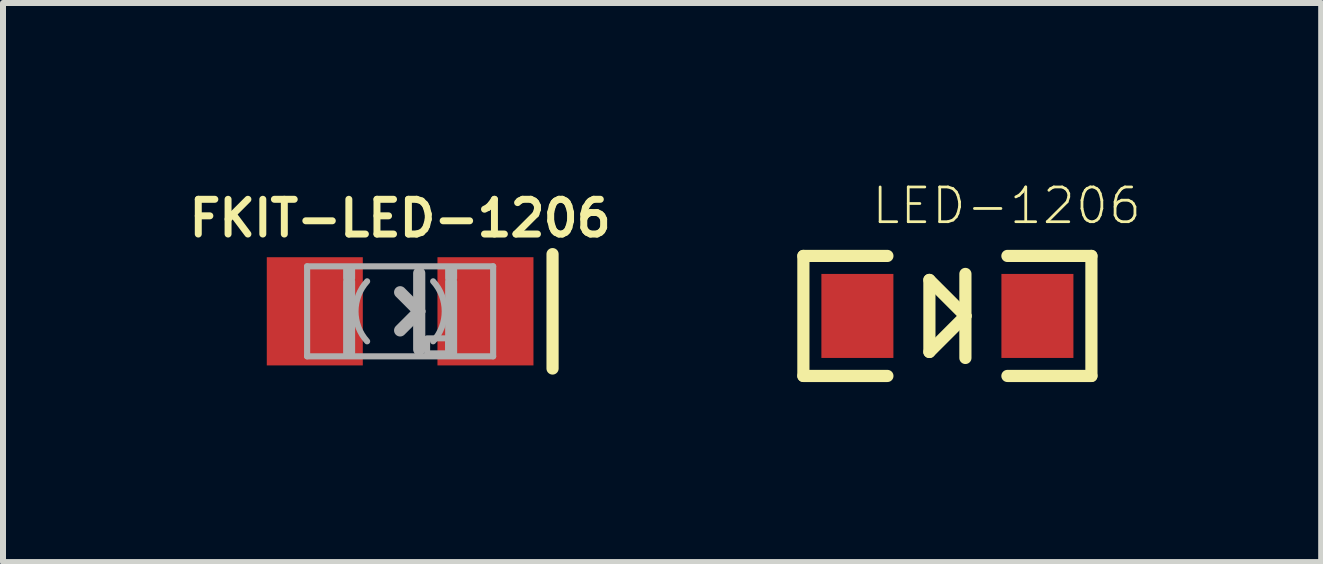
<source format=kicad_pcb>
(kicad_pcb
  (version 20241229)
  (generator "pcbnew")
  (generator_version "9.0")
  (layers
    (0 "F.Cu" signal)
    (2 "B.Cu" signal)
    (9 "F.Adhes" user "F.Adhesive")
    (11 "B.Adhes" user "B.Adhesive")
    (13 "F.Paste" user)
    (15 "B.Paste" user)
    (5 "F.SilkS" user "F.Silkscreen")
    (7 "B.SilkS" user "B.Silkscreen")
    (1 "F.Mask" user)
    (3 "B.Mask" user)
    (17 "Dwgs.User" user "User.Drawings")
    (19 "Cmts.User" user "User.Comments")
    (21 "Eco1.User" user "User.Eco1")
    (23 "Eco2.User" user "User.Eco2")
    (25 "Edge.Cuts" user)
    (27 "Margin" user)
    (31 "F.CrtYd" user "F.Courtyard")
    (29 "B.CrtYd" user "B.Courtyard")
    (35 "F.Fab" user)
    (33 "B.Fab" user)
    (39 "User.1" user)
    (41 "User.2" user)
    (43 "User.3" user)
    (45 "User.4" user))
  (footprint "LED-1206"
    (layer "F.Cu")
    (at 12.738 2.215)
    (property "Reference" "LED-1206" (at -1.289 -1.497 180) (layer "F.SilkS") (effects (font (size 0.579 0.579) (thickness 0.046)) (justify left bottom)))
    (attr through_hole)
    (fp_line (start -2.4 -1) (end -2.4 1) (stroke (width 0.203) (type solid)) (layer "F.SilkS"))
    (fp_line (start -2.4 1) (end -1 1) (stroke (width 0.203) (type solid)) (layer "F.SilkS"))
    (fp_line (start -1 -1) (end -2.4 -1) (stroke (width 0.203) (type solid)) (layer "F.SilkS"))
    (fp_line (start -0.3 -0.6) (end -0.3 0.6) (stroke (width 0.203) (type solid)) (layer "F.SilkS"))
    (fp_line (start -0.3 0.6) (end 0.3 0) (stroke (width 0.203) (type solid)) (layer "F.SilkS"))
    (fp_line (start 0.3 -0.7) (end 0.3 0) (stroke (width 0.203) (type solid)) (layer "F.SilkS"))
    (fp_line (start 0.3 0) (end -0.3 -0.6) (stroke (width 0.203) (type solid)) (layer "F.SilkS"))
    (fp_line (start 0.3 0) (end 0.3 0.7) (stroke (width 0.203) (type solid)) (layer "F.SilkS"))
    (fp_line (start 1 -1) (end 2.4 -1) (stroke (width 0.203) (type solid)) (layer "F.SilkS"))
    (fp_line (start 2.4 -1) (end 2.4 1) (stroke (width 0.203) (type solid)) (layer "F.SilkS"))
    (fp_line (start 2.4 1) (end 1 1) (stroke (width 0.203) (type solid)) (layer "F.SilkS"))
    (pad "A" smd rect (at -1.5 0) (size 1.2 1.4) (layers "F.Cu" "F.Mask" "F.Paste"))
    (pad "C" smd rect (at 1.5 0) (size 1.2 1.4) (layers "F.Cu" "F.Mask" "F.Paste")))
  (footprint "FKIT-LED-1206"
    (layer "F.Cu")
    (at 3.618 2.138)
    (property "Reference" "FKIT-LED-1206" (at 0 -1.211 180) (layer "F.SilkS") (effects (font (size 0.579 0.579) (thickness 0.116)) (justify bottom)))
    (attr through_hole)
    (fp_line (start 2.54 -0.953) (end 2.54 0.953) (stroke (width 0.203) (type solid)) (layer "F.SilkS"))
    (fp_line (start -1.55 -0.75) (end 1.55 -0.75) (stroke (width 0.102) (type solid)) (layer "F.Fab"))
    (fp_line (start -1.55 0.75) (end -1.55 -0.75) (stroke (width 0.102) (type solid)) (layer "F.Fab"))
    (fp_line (start 0.318 -0.635) (end 0.318 0) (stroke (width 0.203) (type solid)) (layer "F.Fab"))
    (fp_line (start 0.318 0) (end 0 -0.318) (stroke (width 0.203) (type solid)) (layer "F.Fab"))
    (fp_line (start 0.318 0) (end 0 0.318) (stroke (width 0.203) (type solid)) (layer "F.Fab"))
    (fp_line (start 0.318 0) (end 0.318 0.635) (stroke (width 0.203) (type solid)) (layer "F.Fab"))
    (fp_line (start 1.55 -0.75) (end 1.55 0.75) (stroke (width 0.102) (type solid)) (layer "F.Fab"))
    (fp_line (start 1.55 0.75) (end -1.55 0.75) (stroke (width 0.102) (type solid)) (layer "F.Fab"))
    (fp_arc (start -0.55 0.5) (mid -0.743303 0) (end -0.55 -0.5) (stroke (width 0.1016) (type solid)) (layer "F.Fab"))
    (fp_arc (start 0.55 -0.5) (mid 0.743303 0) (end 0.55 0.5) (stroke (width 0.1016) (type solid)) (layer "F.Fab"))
    (fp_poly (pts (xy -0.9 -0.55) (xy -0.8 -0.55) (xy -0.8 -0.7) (xy -0.9 -0.7)) (stroke (width 0.1) (type solid)) (fill no) (layer "F.Fab"))
    (fp_poly (pts (xy -0.9 0.7) (xy -0.8 0.7) (xy -0.8 -0.5) (xy -0.9 -0.5)) (stroke (width 0.1) (type solid)) (fill no) (layer "F.Fab"))
    (fp_poly (pts (xy 0.45 0.7) (xy 0.8 0.7) (xy 0.8 0.45) (xy 0.45 0.45)) (stroke (width 0.1) (type solid)) (fill no) (layer "F.Fab"))
    (fp_poly (pts (xy 0.8 -0.55) (xy 0.9 -0.55) (xy 0.9 -0.7) (xy 0.8 -0.7)) (stroke (width 0.1) (type solid)) (fill no) (layer "F.Fab"))
    (fp_poly (pts (xy 0.8 0.7) (xy 0.9 0.7) (xy 0.9 -0.5) (xy 0.8 -0.5)) (stroke (width 0.1) (type solid)) (fill no) (layer "F.Fab"))
    (pad "A" smd rect (at -1.422 0) (size 1.6 1.803) (layers "F.Cu" "F.Mask" "F.Paste"))
    (pad "C" smd rect (at 1.422 0) (size 1.6 1.803) (layers "F.Cu" "F.Mask" "F.Paste")))
  (gr_rect
    (start -3 -3)
    (end 18.967 6.317)
    (stroke (width 0.1) (type default))
    (fill no)
    (layer "Edge.Cuts")))
</source>
